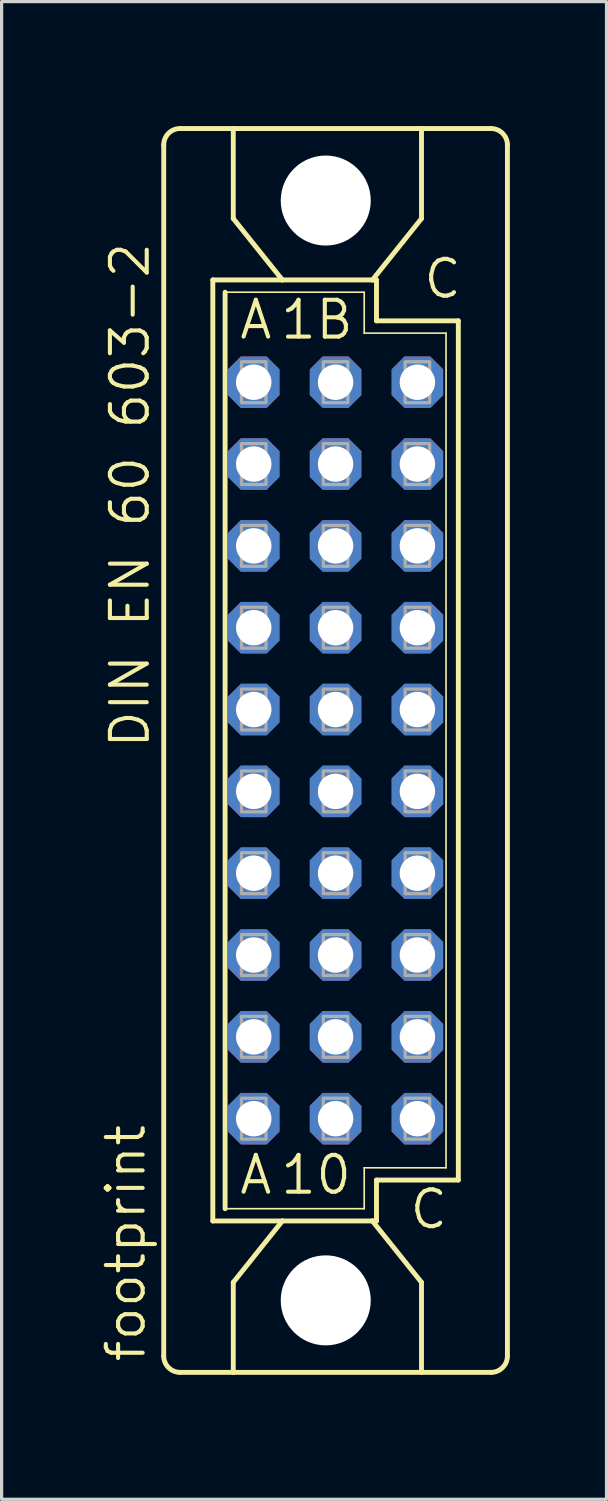
<source format=kicad_pcb>
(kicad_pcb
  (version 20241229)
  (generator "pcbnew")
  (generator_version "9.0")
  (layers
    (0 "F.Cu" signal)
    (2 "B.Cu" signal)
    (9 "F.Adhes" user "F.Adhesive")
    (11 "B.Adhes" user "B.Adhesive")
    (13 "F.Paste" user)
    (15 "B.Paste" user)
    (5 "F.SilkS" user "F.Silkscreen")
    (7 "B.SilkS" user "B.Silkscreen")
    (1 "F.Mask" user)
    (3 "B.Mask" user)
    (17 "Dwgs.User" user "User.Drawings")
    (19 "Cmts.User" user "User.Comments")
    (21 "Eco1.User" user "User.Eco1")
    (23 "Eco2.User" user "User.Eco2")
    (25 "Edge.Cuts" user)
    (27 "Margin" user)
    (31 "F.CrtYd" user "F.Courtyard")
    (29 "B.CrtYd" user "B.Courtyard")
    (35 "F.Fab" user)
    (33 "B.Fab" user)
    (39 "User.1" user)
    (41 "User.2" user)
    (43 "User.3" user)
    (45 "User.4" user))
  (footprint "footprint"
    (layer "F.Cu")
    (at 7.366 20.244)
    (property "Reference" "footprint" (at -5.842 19.05 90) (layer "F.SilkS") (effects (font (size 1.143 1.143) (thickness 0.127)) (justify left bottom)))
    (fp_line (start -5.334 18.796) (end -5.334 -18.796) (stroke (width 0.152) (type solid)) (layer "F.SilkS"))
    (fp_line (start -4.826 -19.304) (end -3.175 -19.304) (stroke (width 0.152) (type solid)) (layer "F.SilkS"))
    (fp_line (start -4.826 19.304) (end -3.175 19.304) (stroke (width 0.152) (type solid)) (layer "F.SilkS"))
    (fp_line (start -3.81 -14.605) (end -3.81 14.605) (stroke (width 0.152) (type solid)) (layer "F.SilkS"))
    (fp_line (start -3.81 14.605) (end -1.651 14.605) (stroke (width 0.152) (type solid)) (layer "F.SilkS"))
    (fp_line (start -3.429 -14.224) (end -3.429 14.224) (stroke (width 0.152) (type solid)) (layer "F.SilkS"))
    (fp_line (start -3.429 -14.224) (end 0.889 -14.224) (stroke (width 0.051) (type solid)) (layer "F.SilkS"))
    (fp_line (start -3.429 14.224) (end 0.889 14.224) (stroke (width 0.051) (type solid)) (layer "F.SilkS"))
    (fp_line (start -3.175 -19.304) (end -3.175 -16.51) (stroke (width 0.152) (type solid)) (layer "F.SilkS"))
    (fp_line (start -3.175 19.304) (end -3.175 16.51) (stroke (width 0.152) (type solid)) (layer "F.SilkS"))
    (fp_line (start -3.175 19.304) (end 2.667 19.304) (stroke (width 0.152) (type solid)) (layer "F.SilkS"))
    (fp_line (start -1.651 -14.605) (end -3.81 -14.605) (stroke (width 0.152) (type solid)) (layer "F.SilkS"))
    (fp_line (start -1.651 -14.605) (end -3.175 -16.51) (stroke (width 0.152) (type solid)) (layer "F.SilkS"))
    (fp_line (start -1.651 14.605) (end -3.175 16.51) (stroke (width 0.152) (type solid)) (layer "F.SilkS"))
    (fp_line (start -1.651 14.605) (end 1.143 14.605) (stroke (width 0.152) (type solid)) (layer "F.SilkS"))
    (fp_line (start 0.889 -14.224) (end 0.889 -12.954) (stroke (width 0.051) (type solid)) (layer "F.SilkS"))
    (fp_line (start 0.889 -12.954) (end 3.429 -12.954) (stroke (width 0.051) (type solid)) (layer "F.SilkS"))
    (fp_line (start 0.889 12.954) (end 3.429 12.954) (stroke (width 0.051) (type solid)) (layer "F.SilkS"))
    (fp_line (start 0.889 14.224) (end 0.889 12.954) (stroke (width 0.051) (type solid)) (layer "F.SilkS"))
    (fp_line (start 1.143 -14.605) (end -1.651 -14.605) (stroke (width 0.152) (type solid)) (layer "F.SilkS"))
    (fp_line (start 1.143 -14.605) (end 2.667 -16.51) (stroke (width 0.152) (type solid)) (layer "F.SilkS"))
    (fp_line (start 1.143 14.605) (end 1.27 14.605) (stroke (width 0.152) (type solid)) (layer "F.SilkS"))
    (fp_line (start 1.143 14.605) (end 2.667 16.51) (stroke (width 0.152) (type solid)) (layer "F.SilkS"))
    (fp_line (start 1.27 -14.605) (end 1.143 -14.605) (stroke (width 0.152) (type solid)) (layer "F.SilkS"))
    (fp_line (start 1.27 -13.335) (end 1.27 -14.605) (stroke (width 0.152) (type solid)) (layer "F.SilkS"))
    (fp_line (start 1.27 13.335) (end 3.81 13.335) (stroke (width 0.152) (type solid)) (layer "F.SilkS"))
    (fp_line (start 1.27 14.605) (end 1.27 13.335) (stroke (width 0.152) (type solid)) (layer "F.SilkS"))
    (fp_line (start 2.667 -19.304) (end -3.175 -19.304) (stroke (width 0.152) (type solid)) (layer "F.SilkS"))
    (fp_line (start 2.667 -19.304) (end 2.667 -16.51) (stroke (width 0.152) (type solid)) (layer "F.SilkS"))
    (fp_line (start 2.667 19.304) (end 2.667 16.51) (stroke (width 0.152) (type solid)) (layer "F.SilkS"))
    (fp_line (start 2.667 19.304) (end 4.826 19.304) (stroke (width 0.152) (type solid)) (layer "F.SilkS"))
    (fp_line (start 3.429 -12.954) (end 3.429 12.954) (stroke (width 0.051) (type solid)) (layer "F.SilkS"))
    (fp_line (start 3.81 -13.335) (end 1.27 -13.335) (stroke (width 0.152) (type solid)) (layer "F.SilkS"))
    (fp_line (start 3.81 13.335) (end 3.81 -13.335) (stroke (width 0.152) (type solid)) (layer "F.SilkS"))
    (fp_line (start 4.826 -19.304) (end 2.667 -19.304) (stroke (width 0.152) (type solid)) (layer "F.SilkS"))
    (fp_line (start 5.334 18.796) (end 5.334 -18.796) (stroke (width 0.152) (type solid)) (layer "F.SilkS"))
    (fp_arc (start -5.334 -18.796) (mid -5.18521 -19.15521) (end -4.826 -19.304) (stroke (width 0.1524) (type solid)) (layer "F.SilkS"))
    (fp_arc (start -4.826 19.304) (mid -5.18521 19.15521) (end -5.334 18.796) (stroke (width 0.1524) (type solid)) (layer "F.SilkS"))
    (fp_arc (start 4.826 -19.304) (mid 5.18521 -19.15521) (end 5.334 -18.796) (stroke (width 0.1524) (type solid)) (layer "F.SilkS"))
    (fp_arc (start 5.334 18.796) (mid 5.18521 19.15521) (end 4.826 19.304) (stroke (width 0.1524) (type solid)) (layer "F.SilkS"))
    (fp_circle (center -0.305 -17.069) (end 0.965 -17.069) (stroke (width 0.152) (type solid)) (fill no) (layer "F.SilkS"))
    (fp_circle (center -0.305 17.069) (end 0.965 17.069) (stroke (width 0.152) (type solid)) (fill no) (layer "F.SilkS"))
    (fp_poly (pts (xy -2.921 -10.795) (xy -2.159 -10.795) (xy -2.159 -12.065) (xy -2.921 -12.065)) (stroke (width 0.1) (type solid)) (fill no) (layer "F.Fab"))
    (fp_poly (pts (xy -2.921 -8.255) (xy -2.159 -8.255) (xy -2.159 -9.525) (xy -2.921 -9.525)) (stroke (width 0.1) (type solid)) (fill no) (layer "F.Fab"))
    (fp_poly (pts (xy -2.921 -5.715) (xy -2.159 -5.715) (xy -2.159 -6.985) (xy -2.921 -6.985)) (stroke (width 0.1) (type solid)) (fill no) (layer "F.Fab"))
    (fp_poly (pts (xy -2.921 -3.175) (xy -2.159 -3.175) (xy -2.159 -4.445) (xy -2.921 -4.445)) (stroke (width 0.1) (type solid)) (fill no) (layer "F.Fab"))
    (fp_poly (pts (xy -2.921 -0.635) (xy -2.159 -0.635) (xy -2.159 -1.905) (xy -2.921 -1.905)) (stroke (width 0.1) (type solid)) (fill no) (layer "F.Fab"))
    (fp_poly (pts (xy -2.921 1.905) (xy -2.159 1.905) (xy -2.159 0.635) (xy -2.921 0.635)) (stroke (width 0.1) (type solid)) (fill no) (layer "F.Fab"))
    (fp_poly (pts (xy -2.921 4.445) (xy -2.159 4.445) (xy -2.159 3.175) (xy -2.921 3.175)) (stroke (width 0.1) (type solid)) (fill no) (layer "F.Fab"))
    (fp_poly (pts (xy -2.921 6.985) (xy -2.159 6.985) (xy -2.159 5.715) (xy -2.921 5.715)) (stroke (width 0.1) (type solid)) (fill no) (layer "F.Fab"))
    (fp_poly (pts (xy -2.921 9.525) (xy -2.159 9.525) (xy -2.159 8.255) (xy -2.921 8.255)) (stroke (width 0.1) (type solid)) (fill no) (layer "F.Fab"))
    (fp_poly (pts (xy -2.921 12.065) (xy -2.159 12.065) (xy -2.159 10.795) (xy -2.921 10.795)) (stroke (width 0.1) (type solid)) (fill no) (layer "F.Fab"))
    (fp_poly (pts (xy -0.381 -10.795) (xy 0.381 -10.795) (xy 0.381 -12.065) (xy -0.381 -12.065)) (stroke (width 0.1) (type solid)) (fill no) (layer "F.Fab"))
    (fp_poly (pts (xy -0.381 -8.255) (xy 0.381 -8.255) (xy 0.381 -9.525) (xy -0.381 -9.525)) (stroke (width 0.1) (type solid)) (fill no) (layer "F.Fab"))
    (fp_poly (pts (xy -0.381 -5.715) (xy 0.381 -5.715) (xy 0.381 -6.985) (xy -0.381 -6.985)) (stroke (width 0.1) (type solid)) (fill no) (layer "F.Fab"))
    (fp_poly (pts (xy -0.381 -3.175) (xy 0.381 -3.175) (xy 0.381 -4.445) (xy -0.381 -4.445)) (stroke (width 0.1) (type solid)) (fill no) (layer "F.Fab"))
    (fp_poly (pts (xy -0.381 -0.635) (xy 0.381 -0.635) (xy 0.381 -1.905) (xy -0.381 -1.905)) (stroke (width 0.1) (type solid)) (fill no) (layer "F.Fab"))
    (fp_poly (pts (xy -0.381 1.905) (xy 0.381 1.905) (xy 0.381 0.635) (xy -0.381 0.635)) (stroke (width 0.1) (type solid)) (fill no) (layer "F.Fab"))
    (fp_poly (pts (xy -0.381 4.445) (xy 0.381 4.445) (xy 0.381 3.175) (xy -0.381 3.175)) (stroke (width 0.1) (type solid)) (fill no) (layer "F.Fab"))
    (fp_poly (pts (xy -0.381 6.985) (xy 0.381 6.985) (xy 0.381 5.715) (xy -0.381 5.715)) (stroke (width 0.1) (type solid)) (fill no) (layer "F.Fab"))
    (fp_poly (pts (xy -0.381 9.525) (xy 0.381 9.525) (xy 0.381 8.255) (xy -0.381 8.255)) (stroke (width 0.1) (type solid)) (fill no) (layer "F.Fab"))
    (fp_poly (pts (xy -0.381 12.065) (xy 0.381 12.065) (xy 0.381 10.795) (xy -0.381 10.795)) (stroke (width 0.1) (type solid)) (fill no) (layer "F.Fab"))
    (fp_poly (pts (xy 2.159 -10.795) (xy 2.921 -10.795) (xy 2.921 -12.065) (xy 2.159 -12.065)) (stroke (width 0.1) (type solid)) (fill no) (layer "F.Fab"))
    (fp_poly (pts (xy 2.159 -8.255) (xy 2.921 -8.255) (xy 2.921 -9.525) (xy 2.159 -9.525)) (stroke (width 0.1) (type solid)) (fill no) (layer "F.Fab"))
    (fp_poly (pts (xy 2.159 -5.715) (xy 2.921 -5.715) (xy 2.921 -6.985) (xy 2.159 -6.985)) (stroke (width 0.1) (type solid)) (fill no) (layer "F.Fab"))
    (fp_poly (pts (xy 2.159 -3.175) (xy 2.921 -3.175) (xy 2.921 -4.445) (xy 2.159 -4.445)) (stroke (width 0.1) (type solid)) (fill no) (layer "F.Fab"))
    (fp_poly (pts (xy 2.159 -0.635) (xy 2.921 -0.635) (xy 2.921 -1.905) (xy 2.159 -1.905)) (stroke (width 0.1) (type solid)) (fill no) (layer "F.Fab"))
    (fp_poly (pts (xy 2.159 1.905) (xy 2.921 1.905) (xy 2.921 0.635) (xy 2.159 0.635)) (stroke (width 0.1) (type solid)) (fill no) (layer "F.Fab"))
    (fp_poly (pts (xy 2.159 4.445) (xy 2.921 4.445) (xy 2.921 3.175) (xy 2.159 3.175)) (stroke (width 0.1) (type solid)) (fill no) (layer "F.Fab"))
    (fp_poly (pts (xy 2.159 6.985) (xy 2.921 6.985) (xy 2.921 5.715) (xy 2.159 5.715)) (stroke (width 0.1) (type solid)) (fill no) (layer "F.Fab"))
    (fp_poly (pts (xy 2.159 9.525) (xy 2.921 9.525) (xy 2.921 8.255) (xy 2.159 8.255)) (stroke (width 0.1) (type solid)) (fill no) (layer "F.Fab"))
    (fp_poly (pts (xy 2.159 12.065) (xy 2.921 12.065) (xy 2.921 10.795) (xy 2.159 10.795)) (stroke (width 0.1) (type solid)) (fill no) (layer "F.Fab"))
    (fp_text user "C" (at 2.667 -13.97 0) (layer "F.SilkS") (effects (font (size 1.143 1.143) (thickness 0.127)) (justify left bottom)))
    (fp_text user "A" (at -3.048 -12.7 0) (layer "F.SilkS") (effects (font (size 1.143 1.143) (thickness 0.127)) (justify left bottom)))
    (fp_text user "1B" (at -1.778 -12.7 0) (layer "F.SilkS") (effects (font (size 1.143 1.143) (thickness 0.127)) (justify left bottom)))
    (fp_text user "DIN EN 60 603-2" (at -5.715 0 90) (layer "F.SilkS") (effects (font (size 1.143 1.143) (thickness 0.127)) (justify left bottom)))
    (fp_text user "C" (at 2.237 14.913 0) (layer "F.SilkS") (effects (font (size 1.143 1.143) (thickness 0.127)) (justify left bottom)))
    (fp_text user "A" (at -3.048 13.843 0) (layer "F.SilkS") (effects (font (size 1.143 1.143) (thickness 0.127)) (justify left bottom)))
    (fp_text user "10" (at -1.778 13.843 0) (layer "F.SilkS") (effects (font (size 1.143 1.143) (thickness 0.127)) (justify left bottom)))
    (pad "" np_thru_hole circle (at -0.305 -17.069) (size 2.794 2.794) (drill 2.794) (layers "*.Cu" "*.Mask"))
    (pad "" np_thru_hole circle (at -0.305 17.069) (size 2.794 2.794) (drill 2.794) (layers "*.Cu" "*.Mask"))
    (pad "A1" thru_hole roundrect (at -2.54 -11.43) (size 1.6 1.6) (drill 1.1) (layers "*.Cu" "*.Mask") (roundrect_rratio 0.25) (chamfer_ratio 0.25) (chamfer top_left top_right bottom_left bottom_right))
    (pad "A2" thru_hole roundrect (at -2.54 -8.89) (size 1.6 1.6) (drill 1.1) (layers "*.Cu" "*.Mask") (roundrect_rratio 0.25) (chamfer_ratio 0.25) (chamfer top_left top_right bottom_left bottom_right))
    (pad "A3" thru_hole roundrect (at -2.54 -6.35) (size 1.6 1.6) (drill 1.1) (layers "*.Cu" "*.Mask") (roundrect_rratio 0.25) (chamfer_ratio 0.25) (chamfer top_left top_right bottom_left bottom_right))
    (pad "A4" thru_hole roundrect (at -2.54 -3.81) (size 1.6 1.6) (drill 1.1) (layers "*.Cu" "*.Mask") (roundrect_rratio 0.25) (chamfer_ratio 0.25) (chamfer top_left top_right bottom_left bottom_right))
    (pad "A5" thru_hole roundrect (at -2.54 -1.27) (size 1.6 1.6) (drill 1.1) (layers "*.Cu" "*.Mask") (roundrect_rratio 0.25) (chamfer_ratio 0.25) (chamfer top_left top_right bottom_left bottom_right))
    (pad "A6" thru_hole roundrect (at -2.54 1.27) (size 1.6 1.6) (drill 1.1) (layers "*.Cu" "*.Mask") (roundrect_rratio 0.25) (chamfer_ratio 0.25) (chamfer top_left top_right bottom_left bottom_right))
    (pad "A7" thru_hole roundrect (at -2.54 3.81) (size 1.6 1.6) (drill 1.1) (layers "*.Cu" "*.Mask") (roundrect_rratio 0.25) (chamfer_ratio 0.25) (chamfer top_left top_right bottom_left bottom_right))
    (pad "A8" thru_hole roundrect (at -2.54 6.35) (size 1.6 1.6) (drill 1.1) (layers "*.Cu" "*.Mask") (roundrect_rratio 0.25) (chamfer_ratio 0.25) (chamfer top_left top_right bottom_left bottom_right))
    (pad "A9" thru_hole roundrect (at -2.54 8.89) (size 1.6 1.6) (drill 1.1) (layers "*.Cu" "*.Mask") (roundrect_rratio 0.25) (chamfer_ratio 0.25) (chamfer top_left top_right bottom_left bottom_right))
    (pad "A10" thru_hole roundrect (at -2.54 11.43) (size 1.6 1.6) (drill 1.1) (layers "*.Cu" "*.Mask") (roundrect_rratio 0.25) (chamfer_ratio 0.25) (chamfer top_left top_right bottom_left bottom_right))
    (pad "B1" thru_hole roundrect (at 0 -11.43) (size 1.6 1.6) (drill 1.1) (layers "*.Cu" "*.Mask") (roundrect_rratio 0.25) (chamfer_ratio 0.25) (chamfer top_left top_right bottom_left bottom_right))
    (pad "B2" thru_hole roundrect (at 0 -8.89) (size 1.6 1.6) (drill 1.1) (layers "*.Cu" "*.Mask") (roundrect_rratio 0.25) (chamfer_ratio 0.25) (chamfer top_left top_right bottom_left bottom_right))
    (pad "B3" thru_hole roundrect (at 0 -6.35) (size 1.6 1.6) (drill 1.1) (layers "*.Cu" "*.Mask") (roundrect_rratio 0.25) (chamfer_ratio 0.25) (chamfer top_left top_right bottom_left bottom_right))
    (pad "B4" thru_hole roundrect (at 0 -3.81) (size 1.6 1.6) (drill 1.1) (layers "*.Cu" "*.Mask") (roundrect_rratio 0.25) (chamfer_ratio 0.25) (chamfer top_left top_right bottom_left bottom_right))
    (pad "B5" thru_hole roundrect (at 0 -1.27) (size 1.6 1.6) (drill 1.1) (layers "*.Cu" "*.Mask") (roundrect_rratio 0.25) (chamfer_ratio 0.25) (chamfer top_left top_right bottom_left bottom_right))
    (pad "B6" thru_hole roundrect (at 0 1.27) (size 1.6 1.6) (drill 1.1) (layers "*.Cu" "*.Mask") (roundrect_rratio 0.25) (chamfer_ratio 0.25) (chamfer top_left top_right bottom_left bottom_right))
    (pad "B7" thru_hole roundrect (at 0 3.81) (size 1.6 1.6) (drill 1.1) (layers "*.Cu" "*.Mask") (roundrect_rratio 0.25) (chamfer_ratio 0.25) (chamfer top_left top_right bottom_left bottom_right))
    (pad "B8" thru_hole roundrect (at 0 6.35) (size 1.6 1.6) (drill 1.1) (layers "*.Cu" "*.Mask") (roundrect_rratio 0.25) (chamfer_ratio 0.25) (chamfer top_left top_right bottom_left bottom_right))
    (pad "B9" thru_hole roundrect (at 0 8.89) (size 1.6 1.6) (drill 1.1) (layers "*.Cu" "*.Mask") (roundrect_rratio 0.25) (chamfer_ratio 0.25) (chamfer top_left top_right bottom_left bottom_right))
    (pad "B10" thru_hole roundrect (at 0 11.43) (size 1.6 1.6) (drill 1.1) (layers "*.Cu" "*.Mask") (roundrect_rratio 0.25) (chamfer_ratio 0.25) (chamfer top_left top_right bottom_left bottom_right))
    (pad "C1" thru_hole roundrect (at 2.54 -11.43) (size 1.6 1.6) (drill 1.1) (layers "*.Cu" "*.Mask") (roundrect_rratio 0.25) (chamfer_ratio 0.25) (chamfer top_left top_right bottom_left bottom_right))
    (pad "C2" thru_hole roundrect (at 2.54 -8.89) (size 1.6 1.6) (drill 1.1) (layers "*.Cu" "*.Mask") (roundrect_rratio 0.25) (chamfer_ratio 0.25) (chamfer top_left top_right bottom_left bottom_right))
    (pad "C3" thru_hole roundrect (at 2.54 -6.35) (size 1.6 1.6) (drill 1.1) (layers "*.Cu" "*.Mask") (roundrect_rratio 0.25) (chamfer_ratio 0.25) (chamfer top_left top_right bottom_left bottom_right))
    (pad "C4" thru_hole roundrect (at 2.54 -3.81) (size 1.6 1.6) (drill 1.1) (layers "*.Cu" "*.Mask") (roundrect_rratio 0.25) (chamfer_ratio 0.25) (chamfer top_left top_right bottom_left bottom_right))
    (pad "C5" thru_hole roundrect (at 2.54 -1.27) (size 1.6 1.6) (drill 1.1) (layers "*.Cu" "*.Mask") (roundrect_rratio 0.25) (chamfer_ratio 0.25) (chamfer top_left top_right bottom_left bottom_right))
    (pad "C6" thru_hole roundrect (at 2.54 1.27) (size 1.6 1.6) (drill 1.1) (layers "*.Cu" "*.Mask") (roundrect_rratio 0.25) (chamfer_ratio 0.25) (chamfer top_left top_right bottom_left bottom_right))
    (pad "C7" thru_hole roundrect (at 2.54 3.81) (size 1.6 1.6) (drill 1.1) (layers "*.Cu" "*.Mask") (roundrect_rratio 0.25) (chamfer_ratio 0.25) (chamfer top_left top_right bottom_left bottom_right))
    (pad "C8" thru_hole roundrect (at 2.54 6.35) (size 1.6 1.6) (drill 1.1) (layers "*.Cu" "*.Mask") (roundrect_rratio 0.25) (chamfer_ratio 0.25) (chamfer top_left top_right bottom_left bottom_right))
    (pad "C9" thru_hole roundrect (at 2.54 8.89) (size 1.6 1.6) (drill 1.1) (layers "*.Cu" "*.Mask") (roundrect_rratio 0.25) (chamfer_ratio 0.25) (chamfer top_left top_right bottom_left bottom_right))
    (pad "C10" thru_hole roundrect (at 2.54 11.43) (size 1.6 1.6) (drill 1.1) (layers "*.Cu" "*.Mask") (roundrect_rratio 0.25) (chamfer_ratio 0.25) (chamfer top_left top_right bottom_left bottom_right))
    (zone (net_name "") (layers "F.Cu" "B.Cu") (hatch edge 0.508) (connect_pads) (min_thickness 0.254) (filled_areas_thickness no) (keepout (tracks allowed) (vias not_allowed) (pads allowed) (copperpour allowed) (footprints allowed)) (placement (enabled no)) (fill) (polygon (pts (xy 10.236 3.175) (xy 10.188 2.624) (xy 10.045 2.089) (xy 9.811 1.587) (xy 9.493 1.134) (xy 9.102 0.743) (xy 8.649 0.425) (xy 8.147 0.191) (xy 7.613 0.048) (xy 7.061 0) (xy 6.51 0.048) (xy 5.975 0.191) (xy 5.474 0.425) (xy 5.02 0.743) (xy 4.629 1.134) (xy 4.312 1.587) (xy 4.078 2.089) (xy 3.934 2.624) (xy 3.886 3.175) (xy 3.934 3.726) (xy 4.078 4.261) (xy 4.312 4.763) (xy 4.629 5.216) (xy 5.02 5.607) (xy 5.474 5.925) (xy 5.975 6.159) (xy 6.51 6.302) (xy 7.061 6.35) (xy 7.613 6.302) (xy 8.147 6.159) (xy 8.649 5.925) (xy 9.102 5.607) (xy 9.493 5.216) (xy 9.811 4.763) (xy 10.045 4.261) (xy 10.188 3.726))) (polygon (pts (xy 8.458 3.175) (xy 8.437 2.932) (xy 8.374 2.697) (xy 8.271 2.477) (xy 8.131 2.277) (xy 7.959 2.105) (xy 7.76 1.965) (xy 7.539 1.862) (xy 7.304 1.799) (xy 7.061 1.778) (xy 6.819 1.799) (xy 6.583 1.862) (xy 6.363 1.965) (xy 6.163 2.105) (xy 5.991 2.277) (xy 5.851 2.477) (xy 5.748 2.697) (xy 5.685 2.932) (xy 5.664 3.175) (xy 5.685 3.418) (xy 5.748 3.653) (xy 5.851 3.873) (xy 5.991 4.073) (xy 6.163 4.245) (xy 6.363 4.385) (xy 6.583 4.488) (xy 6.819 4.551) (xy 7.061 4.572) (xy 7.304 4.551) (xy 7.539 4.488) (xy 7.76 4.385) (xy 7.959 4.245) (xy 8.131 4.073) (xy 8.271 3.873) (xy 8.374 3.653) (xy 8.437 3.418))))
    (zone (net_name "") (layers "F.Cu" "B.Cu") (hatch edge 0.508) (connect_pads) (min_thickness 0.254) (filled_areas_thickness no) (keepout (tracks allowed) (vias not_allowed) (pads allowed) (copperpour allowed) (footprints allowed)) (placement (enabled no)) (fill) (polygon (pts (xy 10.236 37.313) (xy 10.188 36.761) (xy 10.045 36.227) (xy 9.811 35.725) (xy 9.493 35.272) (xy 9.102 34.88) (xy 8.649 34.563) (xy 8.147 34.329) (xy 7.613 34.186) (xy 7.061 34.138) (xy 6.51 34.186) (xy 5.975 34.329) (xy 5.474 34.563) (xy 5.02 34.88) (xy 4.629 35.272) (xy 4.312 35.725) (xy 4.078 36.227) (xy 3.934 36.761) (xy 3.886 37.313) (xy 3.934 37.864) (xy 4.078 38.399) (xy 4.312 38.9) (xy 4.629 39.353) (xy 5.02 39.745) (xy 5.474 40.062) (xy 5.975 40.296) (xy 6.51 40.439) (xy 7.061 40.488) (xy 7.613 40.439) (xy 8.147 40.296) (xy 8.649 40.062) (xy 9.102 39.745) (xy 9.493 39.353) (xy 9.811 38.9) (xy 10.045 38.399) (xy 10.188 37.864))) (polygon (pts (xy 8.458 37.313) (xy 8.437 37.07) (xy 8.374 36.835) (xy 8.271 36.614) (xy 8.131 36.415) (xy 7.959 36.242) (xy 7.76 36.103) (xy 7.539 36) (xy 7.304 35.937) (xy 7.061 35.916) (xy 6.819 35.937) (xy 6.583 36) (xy 6.363 36.103) (xy 6.163 36.242) (xy 5.991 36.415) (xy 5.851 36.614) (xy 5.748 36.835) (xy 5.685 37.07) (xy 5.664 37.313) (xy 5.685 37.555) (xy 5.748 37.79) (xy 5.851 38.011) (xy 5.991 38.211) (xy 6.163 38.383) (xy 6.363 38.522) (xy 6.583 38.625) (xy 6.819 38.688) (xy 7.061 38.71) (xy 7.304 38.688) (xy 7.539 38.625) (xy 7.76 38.522) (xy 7.959 38.383) (xy 8.131 38.211) (xy 8.271 38.011) (xy 8.374 37.79) (xy 8.437 37.555))))
    (zone (net_name "") (layer "B.Cu") (hatch edge 0.508) (connect_pads) (min_thickness 0.254) (filled_areas_thickness no) (keepout (tracks not_allowed) (vias not_allowed) (pads not_allowed) (copperpour not_allowed) (footprints allowed)) (placement (enabled no)) (fill) (polygon (pts (xy 10.236 3.175) (xy 10.188 2.624) (xy 10.045 2.089) (xy 9.811 1.587) (xy 9.493 1.134) (xy 9.102 0.743) (xy 8.649 0.425) (xy 8.147 0.191) (xy 7.613 0.048) (xy 7.061 0) (xy 6.51 0.048) (xy 5.975 0.191) (xy 5.474 0.425) (xy 5.02 0.743) (xy 4.629 1.134) (xy 4.312 1.587) (xy 4.078 2.089) (xy 3.934 2.624) (xy 3.886 3.175) (xy 3.934 3.726) (xy 4.078 4.261) (xy 4.312 4.763) (xy 4.629 5.216) (xy 5.02 5.607) (xy 5.474 5.925) (xy 5.975 6.159) (xy 6.51 6.302) (xy 7.061 6.35) (xy 7.613 6.302) (xy 8.147 6.159) (xy 8.649 5.925) (xy 9.102 5.607) (xy 9.493 5.216) (xy 9.811 4.763) (xy 10.045 4.261) (xy 10.188 3.726))) (polygon (pts (xy 8.458 3.175) (xy 8.437 2.932) (xy 8.374 2.697) (xy 8.271 2.477) (xy 8.131 2.277) (xy 7.959 2.105) (xy 7.76 1.965) (xy 7.539 1.862) (xy 7.304 1.799) (xy 7.061 1.778) (xy 6.819 1.799) (xy 6.583 1.862) (xy 6.363 1.965) (xy 6.163 2.105) (xy 5.991 2.277) (xy 5.851 2.477) (xy 5.748 2.697) (xy 5.685 2.932) (xy 5.664 3.175) (xy 5.685 3.418) (xy 5.748 3.653) (xy 5.851 3.873) (xy 5.991 4.073) (xy 6.163 4.245) (xy 6.363 4.385) (xy 6.583 4.488) (xy 6.819 4.551) (xy 7.061 4.572) (xy 7.304 4.551) (xy 7.539 4.488) (xy 7.76 4.385) (xy 7.959 4.245) (xy 8.131 4.073) (xy 8.271 3.873) (xy 8.374 3.653) (xy 8.437 3.418))))
    (zone (net_name "") (layer "B.Cu") (hatch edge 0.508) (connect_pads) (min_thickness 0.254) (filled_areas_thickness no) (keepout (tracks not_allowed) (vias not_allowed) (pads not_allowed) (copperpour not_allowed) (footprints allowed)) (placement (enabled no)) (fill) (polygon (pts (xy 10.236 37.313) (xy 10.188 36.761) (xy 10.045 36.227) (xy 9.811 35.725) (xy 9.493 35.272) (xy 9.102 34.88) (xy 8.649 34.563) (xy 8.147 34.329) (xy 7.613 34.186) (xy 7.061 34.138) (xy 6.51 34.186) (xy 5.975 34.329) (xy 5.474 34.563) (xy 5.02 34.88) (xy 4.629 35.272) (xy 4.312 35.725) (xy 4.078 36.227) (xy 3.934 36.761) (xy 3.886 37.313) (xy 3.934 37.864) (xy 4.078 38.399) (xy 4.312 38.9) (xy 4.629 39.353) (xy 5.02 39.745) (xy 5.474 40.062) (xy 5.975 40.296) (xy 6.51 40.439) (xy 7.061 40.488) (xy 7.613 40.439) (xy 8.147 40.296) (xy 8.649 40.062) (xy 9.102 39.745) (xy 9.493 39.353) (xy 9.811 38.9) (xy 10.045 38.399) (xy 10.188 37.864))) (polygon (pts (xy 8.458 37.313) (xy 8.437 37.07) (xy 8.374 36.835) (xy 8.271 36.614) (xy 8.131 36.415) (xy 7.959 36.242) (xy 7.76 36.103) (xy 7.539 36) (xy 7.304 35.937) (xy 7.061 35.916) (xy 6.819 35.937) (xy 6.583 36) (xy 6.363 36.103) (xy 6.163 36.242) (xy 5.991 36.415) (xy 5.851 36.614) (xy 5.748 36.835) (xy 5.685 37.07) (xy 5.664 37.313) (xy 5.685 37.555) (xy 5.748 37.79) (xy 5.851 38.011) (xy 5.991 38.211) (xy 6.163 38.383) (xy 6.363 38.522) (xy 6.583 38.625) (xy 6.819 38.688) (xy 7.061 38.71) (xy 7.304 38.688) (xy 7.539 38.625) (xy 7.76 38.522) (xy 7.959 38.383) (xy 8.131 38.211) (xy 8.271 38.011) (xy 8.374 37.79) (xy 8.437 37.555)))))
  (gr_rect
    (start -3 -3)
    (end 15.776 43.488)
    (stroke (width 0.1) (type default))
    (fill no)
    (layer "Edge.Cuts")))
</source>
